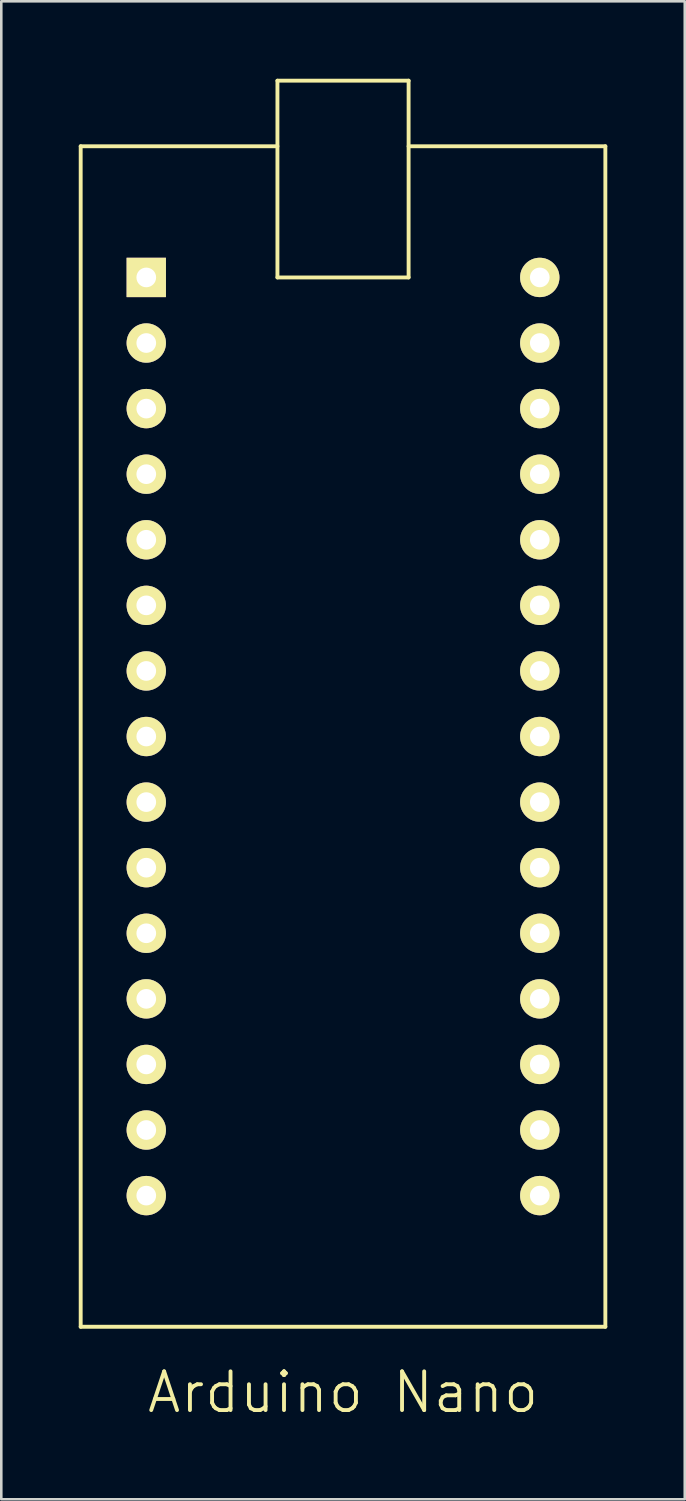
<source format=kicad_pcb>
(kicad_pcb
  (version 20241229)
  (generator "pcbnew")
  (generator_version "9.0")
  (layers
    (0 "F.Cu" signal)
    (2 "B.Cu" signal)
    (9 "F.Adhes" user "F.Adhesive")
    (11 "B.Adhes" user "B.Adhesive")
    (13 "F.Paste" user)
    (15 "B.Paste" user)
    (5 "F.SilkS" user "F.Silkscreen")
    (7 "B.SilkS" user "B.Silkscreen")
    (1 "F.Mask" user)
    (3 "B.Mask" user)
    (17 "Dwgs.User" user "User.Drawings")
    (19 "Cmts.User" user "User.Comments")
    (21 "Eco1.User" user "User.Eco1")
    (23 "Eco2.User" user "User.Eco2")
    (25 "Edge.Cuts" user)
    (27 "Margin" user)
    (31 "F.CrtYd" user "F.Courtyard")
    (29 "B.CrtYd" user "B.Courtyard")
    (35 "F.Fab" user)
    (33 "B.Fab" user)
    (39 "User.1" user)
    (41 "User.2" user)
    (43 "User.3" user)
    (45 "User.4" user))
  (footprint "Arduino Nano"
    (layer "F.Cu")
    (at 10.235 22.935)
    (property "Reference" "Arduino Nano" (at 0 27.94 0) (layer "F.SilkS") (effects (font (size 1.5 1.5) (thickness 0.15))))
    (attr through_hole)
    (fp_line (start -10.16 -20.32) (end -10.16 25.4) (stroke (width 0.15) (type solid)) (layer "F.SilkS"))
    (fp_line (start -10.16 -20.32) (end -2.54 -20.32) (stroke (width 0.15) (type solid)) (layer "F.SilkS"))
    (fp_line (start -10.16 25.4) (end 10.16 25.4) (stroke (width 0.15) (type solid)) (layer "F.SilkS"))
    (fp_line (start -2.54 -22.86) (end 2.54 -22.86) (stroke (width 0.15) (type solid)) (layer "F.SilkS"))
    (fp_line (start -2.54 -15.24) (end -2.54 -22.86) (stroke (width 0.15) (type solid)) (layer "F.SilkS"))
    (fp_line (start 2.54 -22.86) (end 2.54 -15.24) (stroke (width 0.15) (type solid)) (layer "F.SilkS"))
    (fp_line (start 2.54 -20.32) (end 10.16 -20.32) (stroke (width 0.15) (type solid)) (layer "F.SilkS"))
    (fp_line (start 2.54 -15.24) (end -2.54 -15.24) (stroke (width 0.15) (type solid)) (layer "F.SilkS"))
    (fp_line (start 10.16 25.4) (end 10.16 -20.32) (stroke (width 0.15) (type solid)) (layer "F.SilkS"))
    (pad "1" thru_hole rect (at -7.62 -15.24) (size 1.524 1.524) (drill 0.762) (layers "*.Cu" "*.Mask" "F.SilkS"))
    (pad "2" thru_hole circle (at -7.62 -12.7) (size 1.524 1.524) (drill 0.762) (layers "*.Cu" "*.Mask" "F.SilkS"))
    (pad "3" thru_hole circle (at -7.62 -10.16) (size 1.524 1.524) (drill 0.762) (layers "*.Cu" "*.Mask" "F.SilkS"))
    (pad "4" thru_hole circle (at -7.62 -7.62) (size 1.524 1.524) (drill 0.762) (layers "*.Cu" "*.Mask" "F.SilkS"))
    (pad "5" thru_hole circle (at -7.62 -5.08) (size 1.524 1.524) (drill 0.762) (layers "*.Cu" "*.Mask" "F.SilkS"))
    (pad "6" thru_hole circle (at -7.62 -2.54) (size 1.524 1.524) (drill 0.762) (layers "*.Cu" "*.Mask" "F.SilkS"))
    (pad "7" thru_hole circle (at -7.62 0) (size 1.524 1.524) (drill 0.762) (layers "*.Cu" "*.Mask" "F.SilkS"))
    (pad "8" thru_hole circle (at -7.62 2.54) (size 1.524 1.524) (drill 0.762) (layers "*.Cu" "*.Mask" "F.SilkS"))
    (pad "9" thru_hole circle (at -7.62 5.08) (size 1.524 1.524) (drill 0.762) (layers "*.Cu" "*.Mask" "F.SilkS"))
    (pad "10" thru_hole circle (at -7.62 7.62) (size 1.524 1.524) (drill 0.762) (layers "*.Cu" "*.Mask" "F.SilkS"))
    (pad "11" thru_hole circle (at -7.62 10.16) (size 1.524 1.524) (drill 0.762) (layers "*.Cu" "*.Mask" "F.SilkS"))
    (pad "12" thru_hole circle (at -7.62 12.7) (size 1.524 1.524) (drill 0.762) (layers "*.Cu" "*.Mask" "F.SilkS"))
    (pad "13" thru_hole circle (at -7.62 15.24) (size 1.524 1.524) (drill 0.762) (layers "*.Cu" "*.Mask" "F.SilkS"))
    (pad "14" thru_hole circle (at -7.62 17.78) (size 1.524 1.524) (drill 0.762) (layers "*.Cu" "*.Mask" "F.SilkS"))
    (pad "15" thru_hole circle (at -7.62 20.32) (size 1.524 1.524) (drill 0.762) (layers "*.Cu" "*.Mask" "F.SilkS"))
    (pad "16" thru_hole circle (at 7.62 20.32) (size 1.524 1.524) (drill 0.762) (layers "*.Cu" "*.Mask" "F.SilkS"))
    (pad "17" thru_hole circle (at 7.62 17.78) (size 1.524 1.524) (drill 0.762) (layers "*.Cu" "*.Mask" "F.SilkS"))
    (pad "18" thru_hole circle (at 7.62 15.24) (size 1.524 1.524) (drill 0.762) (layers "*.Cu" "*.Mask" "F.SilkS"))
    (pad "19" thru_hole circle (at 7.62 12.7) (size 1.524 1.524) (drill 0.762) (layers "*.Cu" "*.Mask" "F.SilkS"))
    (pad "20" thru_hole circle (at 7.62 10.16) (size 1.524 1.524) (drill 0.762) (layers "*.Cu" "*.Mask" "F.SilkS"))
    (pad "21" thru_hole circle (at 7.62 7.62) (size 1.524 1.524) (drill 0.762) (layers "*.Cu" "*.Mask" "F.SilkS"))
    (pad "22" thru_hole circle (at 7.62 5.08) (size 1.524 1.524) (drill 0.762) (layers "*.Cu" "*.Mask" "F.SilkS"))
    (pad "23" thru_hole circle (at 7.62 2.54) (size 1.524 1.524) (drill 0.762) (layers "*.Cu" "*.Mask" "F.SilkS"))
    (pad "24" thru_hole circle (at 7.62 0) (size 1.524 1.524) (drill 0.762) (layers "*.Cu" "*.Mask" "F.SilkS"))
    (pad "25" thru_hole circle (at 7.62 -2.54) (size 1.524 1.524) (drill 0.762) (layers "*.Cu" "*.Mask" "F.SilkS"))
    (pad "26" thru_hole circle (at 7.62 -5.08) (size 1.524 1.524) (drill 0.762) (layers "*.Cu" "*.Mask" "F.SilkS"))
    (pad "27" thru_hole circle (at 7.62 -7.62) (size 1.524 1.524) (drill 0.762) (layers "*.Cu" "*.Mask" "F.SilkS"))
    (pad "28" thru_hole circle (at 7.62 -10.16) (size 1.524 1.524) (drill 0.762) (layers "*.Cu" "*.Mask" "F.SilkS"))
    (pad "29" thru_hole circle (at 7.62 -12.7) (size 1.524 1.524) (drill 0.762) (layers "*.Cu" "*.Mask" "F.SilkS"))
    (pad "30" thru_hole circle (at 7.62 -15.24) (size 1.524 1.524) (drill 0.762) (layers "*.Cu" "*.Mask" "F.SilkS")))
  (gr_rect
    (start -3 -3)
    (end 23.47 55.016)
    (stroke (width 0.1) (type default))
    (fill no)
    (layer "Edge.Cuts")))
</source>
